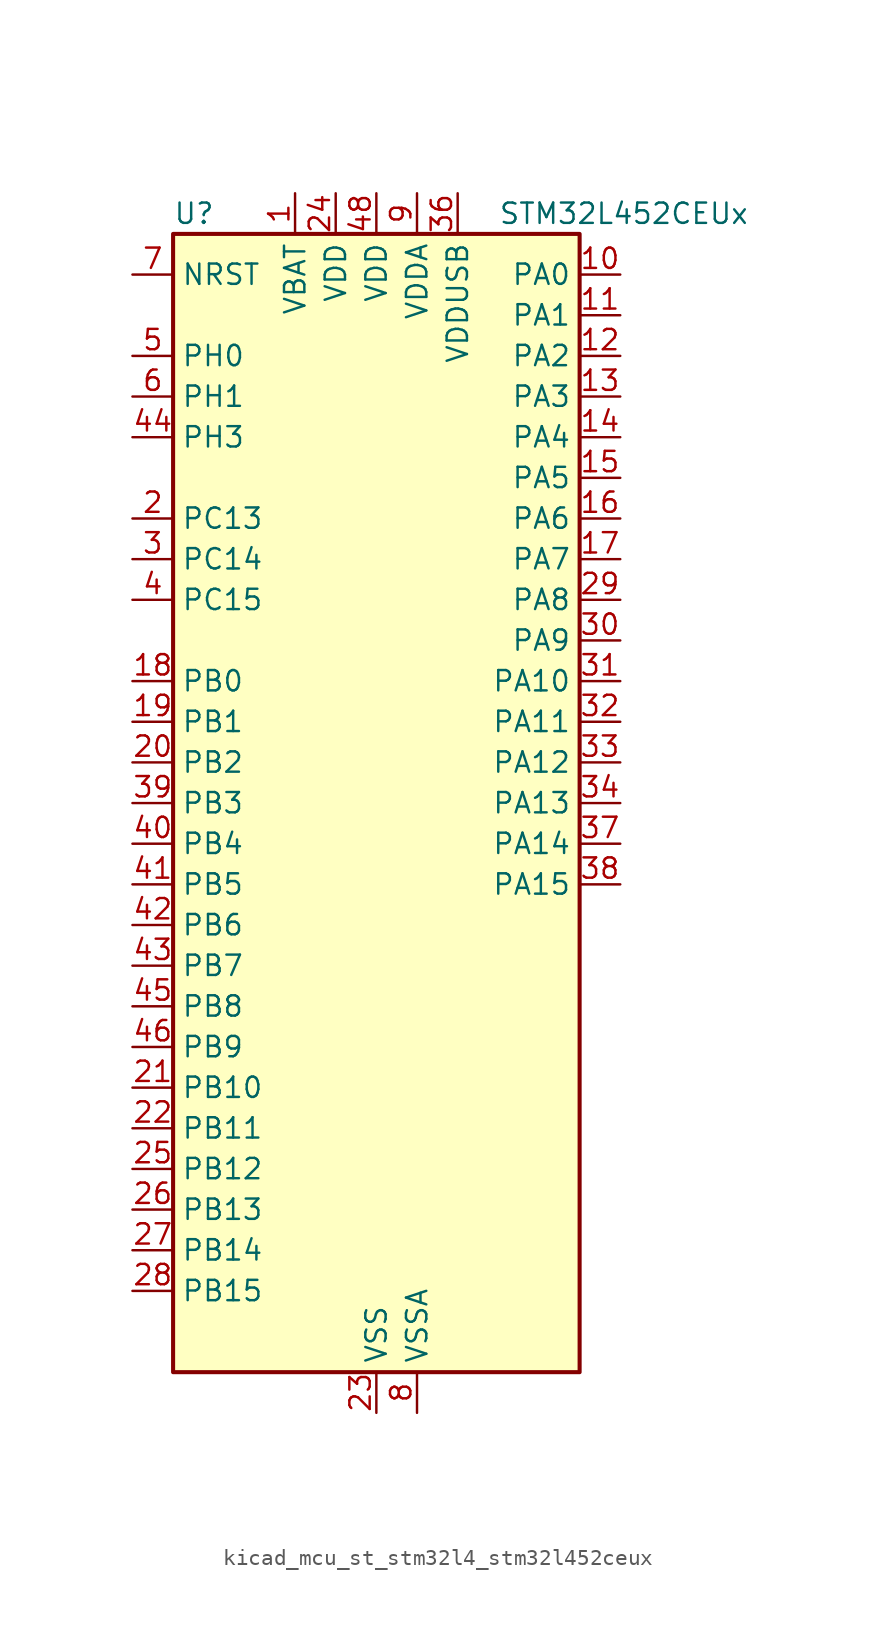
<source format=kicad_sym>
(kicad_symbol_lib
  (version 20220914)
  (generator kicad_symbol_editor)
  (symbol "kicad_mcu_st_stm32l4_stm32l452ceux"
    (property "Reference" "U"
      (at -12.7 36.83 0)
      (effects (font (size 1.27 1.27)) (justify left)))
    (property "Value" "STM32L452CEUx"
      (at 7.62 36.83 0)
      (effects (font (size 1.27 1.27)) (justify left)))
    (property "ki_locked" ""
      (at 0 0 0)
      (effects (font (size 1.27 1.27))))
    (symbol "kicad_mcu_st_stm32l4_stm32l452ceux_0_1"
      (rectangle (start -12.7 -35.56) (end 12.7 35.56) (stroke (width 0.254) (type default)) (fill (type background))))
    (symbol "kicad_mcu_st_stm32l4_stm32l452ceux_1_1"
      (pin power_in line (at -5.08 38.1 270) (length 2.54) (name "VBAT" (effects (font (size 1.27 1.27)))) (number "1" (effects (font (size 1.27 1.27)))))
      (pin bidirectional line (at 15.24 33.02 180) (length 2.54) (name "PA0" (effects (font (size 1.27 1.27)))) (number "10" (effects (font (size 1.27 1.27)))) (alternate "ADC1_IN5" bidirectional line) (alternate "COMP1_INM" bidirectional line) (alternate "COMP1_OUT" bidirectional line) (alternate "OPAMP1_VINP" bidirectional line) (alternate "RTC_TAMP2" bidirectional line) (alternate "SAI1_EXTCLK" bidirectional line) (alternate "SYS_WKUP1" bidirectional line) (alternate "TIM2_CH1" bidirectional line) (alternate "TIM2_ETR" bidirectional line) (alternate "UART4_TX" bidirectional line) (alternate "USART2_CTS" bidirectional line))
      (pin bidirectional line (at 15.24 30.48 180) (length 2.54) (name "PA1" (effects (font (size 1.27 1.27)))) (number "11" (effects (font (size 1.27 1.27)))) (alternate "ADC1_IN6" bidirectional line) (alternate "COMP1_INP" bidirectional line) (alternate "I2C1_SMBA" bidirectional line) (alternate "OPAMP1_VINM" bidirectional line) (alternate "SPI1_SCK" bidirectional line) (alternate "TIM15_CH1N" bidirectional line) (alternate "TIM2_CH2" bidirectional line) (alternate "UART4_RX" bidirectional line) (alternate "USART2_DE" bidirectional line) (alternate "USART2_RTS" bidirectional line))
      (pin bidirectional line (at 15.24 27.94 180) (length 2.54) (name "PA2" (effects (font (size 1.27 1.27)))) (number "12" (effects (font (size 1.27 1.27)))) (alternate "ADC1_IN7" bidirectional line) (alternate "COMP2_INM" bidirectional line) (alternate "COMP2_OUT" bidirectional line) (alternate "LPUART1_TX" bidirectional line) (alternate "QUADSPI_BK1_NCS" bidirectional line) (alternate "RCC_LSCO" bidirectional line) (alternate "SYS_WKUP4" bidirectional line) (alternate "TIM15_CH1" bidirectional line) (alternate "TIM2_CH3" bidirectional line) (alternate "USART2_TX" bidirectional line))
      (pin bidirectional line (at 15.24 25.4 180) (length 2.54) (name "PA3" (effects (font (size 1.27 1.27)))) (number "13" (effects (font (size 1.27 1.27)))) (alternate "ADC1_IN8" bidirectional line) (alternate "COMP2_INP" bidirectional line) (alternate "LPUART1_RX" bidirectional line) (alternate "OPAMP1_VOUT" bidirectional line) (alternate "QUADSPI_CLK" bidirectional line) (alternate "SAI1_MCLK_A" bidirectional line) (alternate "TIM15_CH2" bidirectional line) (alternate "TIM2_CH4" bidirectional line) (alternate "USART2_RX" bidirectional line))
      (pin bidirectional line (at 15.24 22.86 180) (length 2.54) (name "PA4" (effects (font (size 1.27 1.27)))) (number "14" (effects (font (size 1.27 1.27)))) (alternate "ADC1_IN9" bidirectional line) (alternate "COMP1_INM" bidirectional line) (alternate "COMP2_INM" bidirectional line) (alternate "DAC1_OUT1" bidirectional line) (alternate "LPTIM2_OUT" bidirectional line) (alternate "SAI1_FS_B" bidirectional line) (alternate "SPI1_NSS" bidirectional line) (alternate "SPI3_NSS" bidirectional line) (alternate "USART2_CK" bidirectional line))
      (pin bidirectional line (at 15.24 20.32 180) (length 2.54) (name "PA5" (effects (font (size 1.27 1.27)))) (number "15" (effects (font (size 1.27 1.27)))) (alternate "ADC1_IN10" bidirectional line) (alternate "COMP1_INM" bidirectional line) (alternate "COMP2_INM" bidirectional line) (alternate "DFSDM1_CKOUT" bidirectional line) (alternate "LPTIM2_ETR" bidirectional line) (alternate "SPI1_SCK" bidirectional line) (alternate "TIM2_CH1" bidirectional line) (alternate "TIM2_ETR" bidirectional line))
      (pin bidirectional line (at 15.24 17.78 180) (length 2.54) (name "PA6" (effects (font (size 1.27 1.27)))) (number "16" (effects (font (size 1.27 1.27)))) (alternate "ADC1_IN11" bidirectional line) (alternate "COMP1_OUT" bidirectional line) (alternate "LPUART1_CTS" bidirectional line) (alternate "QUADSPI_BK1_IO3" bidirectional line) (alternate "SPI1_MISO" bidirectional line) (alternate "TIM16_CH1" bidirectional line) (alternate "TIM1_BKIN" bidirectional line) (alternate "TIM1_BKIN_COMP2" bidirectional line) (alternate "TIM3_CH1" bidirectional line) (alternate "USART3_CTS" bidirectional line))
      (pin bidirectional line (at 15.24 15.24 180) (length 2.54) (name "PA7" (effects (font (size 1.27 1.27)))) (number "17" (effects (font (size 1.27 1.27)))) (alternate "ADC1_IN12" bidirectional line) (alternate "COMP2_OUT" bidirectional line) (alternate "DFSDM1_DATIN0" bidirectional line) (alternate "I2C3_SCL" bidirectional line) (alternate "QUADSPI_BK1_IO2" bidirectional line) (alternate "SPI1_MOSI" bidirectional line) (alternate "TIM1_CH1N" bidirectional line) (alternate "TIM3_CH2" bidirectional line))
      (pin bidirectional line (at -15.24 7.62 0) (length 2.54) (name "PB0" (effects (font (size 1.27 1.27)))) (number "18" (effects (font (size 1.27 1.27)))) (alternate "ADC1_IN15" bidirectional line) (alternate "COMP1_OUT" bidirectional line) (alternate "DFSDM1_CKIN0" bidirectional line) (alternate "QUADSPI_BK1_IO1" bidirectional line) (alternate "SAI1_EXTCLK" bidirectional line) (alternate "SPI1_NSS" bidirectional line) (alternate "TIM1_CH2N" bidirectional line) (alternate "TIM3_CH3" bidirectional line) (alternate "USART3_CK" bidirectional line))
      (pin bidirectional line (at -15.24 5.08 0) (length 2.54) (name "PB1" (effects (font (size 1.27 1.27)))) (number "19" (effects (font (size 1.27 1.27)))) (alternate "ADC1_IN16" bidirectional line) (alternate "COMP1_INM" bidirectional line) (alternate "DFSDM1_DATIN0" bidirectional line) (alternate "LPTIM2_IN1" bidirectional line) (alternate "LPUART1_DE" bidirectional line) (alternate "LPUART1_RTS" bidirectional line) (alternate "QUADSPI_BK1_IO0" bidirectional line) (alternate "TIM1_CH3N" bidirectional line) (alternate "TIM3_CH4" bidirectional line) (alternate "USART3_DE" bidirectional line) (alternate "USART3_RTS" bidirectional line))
      (pin bidirectional line (at -15.24 17.78 0) (length 2.54) (name "PC13" (effects (font (size 1.27 1.27)))) (number "2" (effects (font (size 1.27 1.27)))) (alternate "RTC_OUT_ALARM" bidirectional line) (alternate "RTC_OUT_CALIB" bidirectional line) (alternate "RTC_TAMP1" bidirectional line) (alternate "RTC_TS" bidirectional line) (alternate "SYS_WKUP2" bidirectional line))
      (pin bidirectional line (at -15.24 2.54 0) (length 2.54) (name "PB2" (effects (font (size 1.27 1.27)))) (number "20" (effects (font (size 1.27 1.27)))) (alternate "COMP1_INP" bidirectional line) (alternate "DFSDM1_CKIN0" bidirectional line) (alternate "I2C3_SMBA" bidirectional line) (alternate "LPTIM1_OUT" bidirectional line) (alternate "RTC_OUT_ALARM" bidirectional line) (alternate "RTC_OUT_CALIB" bidirectional line))
      (pin bidirectional line (at -15.24 -17.78 0) (length 2.54) (name "PB10" (effects (font (size 1.27 1.27)))) (number "21" (effects (font (size 1.27 1.27)))) (alternate "COMP1_OUT" bidirectional line) (alternate "I2C2_SCL" bidirectional line) (alternate "I2C4_SCL" bidirectional line) (alternate "LPUART1_RX" bidirectional line) (alternate "QUADSPI_CLK" bidirectional line) (alternate "SAI1_SCK_A" bidirectional line) (alternate "SPI2_SCK" bidirectional line) (alternate "TIM2_CH3" bidirectional line) (alternate "TSC_SYNC" bidirectional line) (alternate "USART3_TX" bidirectional line))
      (pin bidirectional line (at -15.24 -20.32 0) (length 2.54) (name "PB11" (effects (font (size 1.27 1.27)))) (number "22" (effects (font (size 1.27 1.27)))) (alternate "ADC1_EXTI11" bidirectional line) (alternate "COMP2_OUT" bidirectional line) (alternate "I2C2_SDA" bidirectional line) (alternate "I2C4_SDA" bidirectional line) (alternate "LPUART1_TX" bidirectional line) (alternate "QUADSPI_BK1_NCS" bidirectional line) (alternate "TIM2_CH4" bidirectional line) (alternate "USART3_RX" bidirectional line))
      (pin power_in line (at 0 -38.1 90) (length 2.54) (name "VSS" (effects (font (size 1.27 1.27)))) (number "23" (effects (font (size 1.27 1.27)))))
      (pin power_in line (at -2.54 38.1 270) (length 2.54) (name "VDD" (effects (font (size 1.27 1.27)))) (number "24" (effects (font (size 1.27 1.27)))))
      (pin bidirectional line (at -15.24 -22.86 0) (length 2.54) (name "PB12" (effects (font (size 1.27 1.27)))) (number "25" (effects (font (size 1.27 1.27)))) (alternate "CAN1_RX" bidirectional line) (alternate "DFSDM1_DATIN1" bidirectional line) (alternate "I2C2_SMBA" bidirectional line) (alternate "LPUART1_DE" bidirectional line) (alternate "LPUART1_RTS" bidirectional line) (alternate "SAI1_FS_A" bidirectional line) (alternate "SPI2_NSS" bidirectional line) (alternate "TIM15_BKIN" bidirectional line) (alternate "TIM1_BKIN" bidirectional line) (alternate "TIM1_BKIN_COMP2" bidirectional line) (alternate "TSC_G1_IO1" bidirectional line) (alternate "USART3_CK" bidirectional line))
      (pin bidirectional line (at -15.24 -25.4 0) (length 2.54) (name "PB13" (effects (font (size 1.27 1.27)))) (number "26" (effects (font (size 1.27 1.27)))) (alternate "CAN1_TX" bidirectional line) (alternate "DFSDM1_CKIN1" bidirectional line) (alternate "I2C2_SCL" bidirectional line) (alternate "LPUART1_CTS" bidirectional line) (alternate "SAI1_SCK_A" bidirectional line) (alternate "SPI2_SCK" bidirectional line) (alternate "TIM15_CH1N" bidirectional line) (alternate "TIM1_CH1N" bidirectional line) (alternate "TSC_G1_IO2" bidirectional line) (alternate "USART3_CTS" bidirectional line))
      (pin bidirectional line (at -15.24 -27.94 0) (length 2.54) (name "PB14" (effects (font (size 1.27 1.27)))) (number "27" (effects (font (size 1.27 1.27)))) (alternate "DFSDM1_DATIN2" bidirectional line) (alternate "I2C2_SDA" bidirectional line) (alternate "SAI1_MCLK_A" bidirectional line) (alternate "SPI2_MISO" bidirectional line) (alternate "TIM15_CH1" bidirectional line) (alternate "TIM1_CH2N" bidirectional line) (alternate "TSC_G1_IO3" bidirectional line) (alternate "USART3_DE" bidirectional line) (alternate "USART3_RTS" bidirectional line))
      (pin bidirectional line (at -15.24 -30.48 0) (length 2.54) (name "PB15" (effects (font (size 1.27 1.27)))) (number "28" (effects (font (size 1.27 1.27)))) (alternate "ADC1_EXTI15" bidirectional line) (alternate "DFSDM1_CKIN2" bidirectional line) (alternate "RTC_REFIN" bidirectional line) (alternate "SAI1_SD_A" bidirectional line) (alternate "SPI2_MOSI" bidirectional line) (alternate "TIM15_CH2" bidirectional line) (alternate "TIM1_CH3N" bidirectional line) (alternate "TSC_G1_IO4" bidirectional line))
      (pin bidirectional line (at 15.24 12.7 180) (length 2.54) (name "PA8" (effects (font (size 1.27 1.27)))) (number "29" (effects (font (size 1.27 1.27)))) (alternate "DFSDM1_CKIN1" bidirectional line) (alternate "LPTIM2_OUT" bidirectional line) (alternate "RCC_MCO" bidirectional line) (alternate "SAI1_SCK_A" bidirectional line) (alternate "TIM1_CH1" bidirectional line) (alternate "USART1_CK" bidirectional line))
      (pin bidirectional line (at -15.24 15.24 0) (length 2.54) (name "PC14" (effects (font (size 1.27 1.27)))) (number "3" (effects (font (size 1.27 1.27)))) (alternate "RCC_OSC32_IN" bidirectional line))
      (pin bidirectional line (at 15.24 10.16 180) (length 2.54) (name "PA9" (effects (font (size 1.27 1.27)))) (number "30" (effects (font (size 1.27 1.27)))) (alternate "DAC1_EXTI9" bidirectional line) (alternate "DFSDM1_DATIN1" bidirectional line) (alternate "I2C1_SCL" bidirectional line) (alternate "SAI1_FS_A" bidirectional line) (alternate "TIM15_BKIN" bidirectional line) (alternate "TIM1_CH2" bidirectional line) (alternate "USART1_TX" bidirectional line))
      (pin bidirectional line (at 15.24 7.62 180) (length 2.54) (name "PA10" (effects (font (size 1.27 1.27)))) (number "31" (effects (font (size 1.27 1.27)))) (alternate "CRS_SYNC" bidirectional line) (alternate "I2C1_SDA" bidirectional line) (alternate "SAI1_SD_A" bidirectional line) (alternate "TIM1_CH3" bidirectional line) (alternate "USART1_RX" bidirectional line))
      (pin bidirectional line (at 15.24 5.08 180) (length 2.54) (name "PA11" (effects (font (size 1.27 1.27)))) (number "32" (effects (font (size 1.27 1.27)))) (alternate "ADC1_EXTI11" bidirectional line) (alternate "CAN1_RX" bidirectional line) (alternate "COMP1_OUT" bidirectional line) (alternate "SPI1_MISO" bidirectional line) (alternate "TIM1_BKIN2" bidirectional line) (alternate "TIM1_BKIN2_COMP1" bidirectional line) (alternate "TIM1_CH4" bidirectional line) (alternate "USART1_CTS" bidirectional line) (alternate "USB_DM" bidirectional line))
      (pin bidirectional line (at 15.24 2.54 180) (length 2.54) (name "PA12" (effects (font (size 1.27 1.27)))) (number "33" (effects (font (size 1.27 1.27)))) (alternate "CAN1_TX" bidirectional line) (alternate "SPI1_MOSI" bidirectional line) (alternate "TIM1_ETR" bidirectional line) (alternate "USART1_DE" bidirectional line) (alternate "USART1_RTS" bidirectional line) (alternate "USB_DP" bidirectional line))
      (pin bidirectional line (at 15.24 0 180) (length 2.54) (name "PA13" (effects (font (size 1.27 1.27)))) (number "34" (effects (font (size 1.27 1.27)))) (alternate "IR_OUT" bidirectional line) (alternate "SAI1_SD_B" bidirectional line) (alternate "SYS_JTMS-SWDIO" bidirectional line) (alternate "USB_NOE" bidirectional line))
      (pin passive line (at 0 -38.1 90) (length 2.54) hide (name "VSS" (effects (font (size 1.27 1.27)))) (number "35" (effects (font (size 1.27 1.27)))))
      (pin power_in line (at 5.08 38.1 270) (length 2.54) (name "VDDUSB" (effects (font (size 1.27 1.27)))) (number "36" (effects (font (size 1.27 1.27)))))
      (pin bidirectional line (at 15.24 -2.54 180) (length 2.54) (name "PA14" (effects (font (size 1.27 1.27)))) (number "37" (effects (font (size 1.27 1.27)))) (alternate "I2C1_SMBA" bidirectional line) (alternate "I2C4_SMBA" bidirectional line) (alternate "LPTIM1_OUT" bidirectional line) (alternate "SAI1_FS_B" bidirectional line) (alternate "SYS_JTCK-SWCLK" bidirectional line))
      (pin bidirectional line (at 15.24 -5.08 180) (length 2.54) (name "PA15" (effects (font (size 1.27 1.27)))) (number "38" (effects (font (size 1.27 1.27)))) (alternate "ADC1_EXTI15" bidirectional line) (alternate "SPI1_NSS" bidirectional line) (alternate "SPI3_NSS" bidirectional line) (alternate "SYS_JTDI" bidirectional line) (alternate "TIM2_CH1" bidirectional line) (alternate "TIM2_ETR" bidirectional line) (alternate "UART4_DE" bidirectional line) (alternate "UART4_RTS" bidirectional line) (alternate "USART2_RX" bidirectional line) (alternate "USART3_DE" bidirectional line) (alternate "USART3_RTS" bidirectional line))
      (pin bidirectional line (at -15.24 0 0) (length 2.54) (name "PB3" (effects (font (size 1.27 1.27)))) (number "39" (effects (font (size 1.27 1.27)))) (alternate "COMP2_INM" bidirectional line) (alternate "SAI1_SCK_B" bidirectional line) (alternate "SPI1_SCK" bidirectional line) (alternate "SPI3_SCK" bidirectional line) (alternate "SYS_JTDO-SWO" bidirectional line) (alternate "TIM2_CH2" bidirectional line) (alternate "USART1_DE" bidirectional line) (alternate "USART1_RTS" bidirectional line))
      (pin bidirectional line (at -15.24 12.7 0) (length 2.54) (name "PC15" (effects (font (size 1.27 1.27)))) (number "4" (effects (font (size 1.27 1.27)))) (alternate "ADC1_EXTI15" bidirectional line) (alternate "RCC_OSC32_OUT" bidirectional line))
      (pin bidirectional line (at -15.24 -2.54 0) (length 2.54) (name "PB4" (effects (font (size 1.27 1.27)))) (number "40" (effects (font (size 1.27 1.27)))) (alternate "COMP2_INP" bidirectional line) (alternate "I2C3_SDA" bidirectional line) (alternate "SAI1_MCLK_B" bidirectional line) (alternate "SPI1_MISO" bidirectional line) (alternate "SPI3_MISO" bidirectional line) (alternate "SYS_JTRST" bidirectional line) (alternate "TIM3_CH1" bidirectional line) (alternate "TSC_G2_IO1" bidirectional line) (alternate "USART1_CTS" bidirectional line))
      (pin bidirectional line (at -15.24 -5.08 0) (length 2.54) (name "PB5" (effects (font (size 1.27 1.27)))) (number "41" (effects (font (size 1.27 1.27)))) (alternate "CAN1_RX" bidirectional line) (alternate "COMP2_OUT" bidirectional line) (alternate "I2C1_SMBA" bidirectional line) (alternate "LPTIM1_IN1" bidirectional line) (alternate "SAI1_SD_B" bidirectional line) (alternate "SPI1_MOSI" bidirectional line) (alternate "SPI3_MOSI" bidirectional line) (alternate "TIM16_BKIN" bidirectional line) (alternate "TIM3_CH2" bidirectional line) (alternate "TSC_G2_IO2" bidirectional line) (alternate "USART1_CK" bidirectional line))
      (pin bidirectional line (at -15.24 -7.62 0) (length 2.54) (name "PB6" (effects (font (size 1.27 1.27)))) (number "42" (effects (font (size 1.27 1.27)))) (alternate "CAN1_TX" bidirectional line) (alternate "COMP2_INP" bidirectional line) (alternate "I2C1_SCL" bidirectional line) (alternate "I2C4_SCL" bidirectional line) (alternate "LPTIM1_ETR" bidirectional line) (alternate "SAI1_FS_B" bidirectional line) (alternate "TIM16_CH1N" bidirectional line) (alternate "TSC_G2_IO3" bidirectional line) (alternate "USART1_TX" bidirectional line))
      (pin bidirectional line (at -15.24 -10.16 0) (length 2.54) (name "PB7" (effects (font (size 1.27 1.27)))) (number "43" (effects (font (size 1.27 1.27)))) (alternate "COMP2_INM" bidirectional line) (alternate "I2C1_SDA" bidirectional line) (alternate "I2C4_SDA" bidirectional line) (alternate "LPTIM1_IN2" bidirectional line) (alternate "SYS_PVD_IN" bidirectional line) (alternate "TSC_G2_IO4" bidirectional line) (alternate "UART4_CTS" bidirectional line) (alternate "USART1_RX" bidirectional line))
      (pin bidirectional line (at -15.24 22.86 0) (length 2.54) (name "PH3" (effects (font (size 1.27 1.27)))) (number "44" (effects (font (size 1.27 1.27)))))
      (pin bidirectional line (at -15.24 -12.7 0) (length 2.54) (name "PB8" (effects (font (size 1.27 1.27)))) (number "45" (effects (font (size 1.27 1.27)))) (alternate "CAN1_RX" bidirectional line) (alternate "I2C1_SCL" bidirectional line) (alternate "SAI1_MCLK_A" bidirectional line) (alternate "TIM16_CH1" bidirectional line))
      (pin bidirectional line (at -15.24 -15.24 0) (length 2.54) (name "PB9" (effects (font (size 1.27 1.27)))) (number "46" (effects (font (size 1.27 1.27)))) (alternate "CAN1_TX" bidirectional line) (alternate "DAC1_EXTI9" bidirectional line) (alternate "I2C1_SDA" bidirectional line) (alternate "IR_OUT" bidirectional line) (alternate "SAI1_FS_A" bidirectional line) (alternate "SPI2_NSS" bidirectional line))
      (pin passive line (at 0 -38.1 90) (length 2.54) hide (name "VSS" (effects (font (size 1.27 1.27)))) (number "47" (effects (font (size 1.27 1.27)))))
      (pin power_in line (at 0 38.1 270) (length 2.54) (name "VDD" (effects (font (size 1.27 1.27)))) (number "48" (effects (font (size 1.27 1.27)))))
      (pin passive line (at 0 -38.1 90) (length 2.54) hide (name "VSS" (effects (font (size 1.27 1.27)))) (number "49" (effects (font (size 1.27 1.27)))))
      (pin bidirectional line (at -15.24 27.94 0) (length 2.54) (name "PH0" (effects (font (size 1.27 1.27)))) (number "5" (effects (font (size 1.27 1.27)))) (alternate "RCC_OSC_IN" bidirectional line))
      (pin bidirectional line (at -15.24 25.4 0) (length 2.54) (name "PH1" (effects (font (size 1.27 1.27)))) (number "6" (effects (font (size 1.27 1.27)))) (alternate "RCC_OSC_OUT" bidirectional line))
      (pin input line (at -15.24 33.02 0) (length 2.54) (name "NRST" (effects (font (size 1.27 1.27)))) (number "7" (effects (font (size 1.27 1.27)))))
      (pin power_in line (at 2.54 -38.1 90) (length 2.54) (name "VSSA" (effects (font (size 1.27 1.27)))) (number "8" (effects (font (size 1.27 1.27)))))
      (pin power_in line (at 2.54 38.1 270) (length 2.54) (name "VDDA" (effects (font (size 1.27 1.27)))) (number "9" (effects (font (size 1.27 1.27))))))))
</source>
